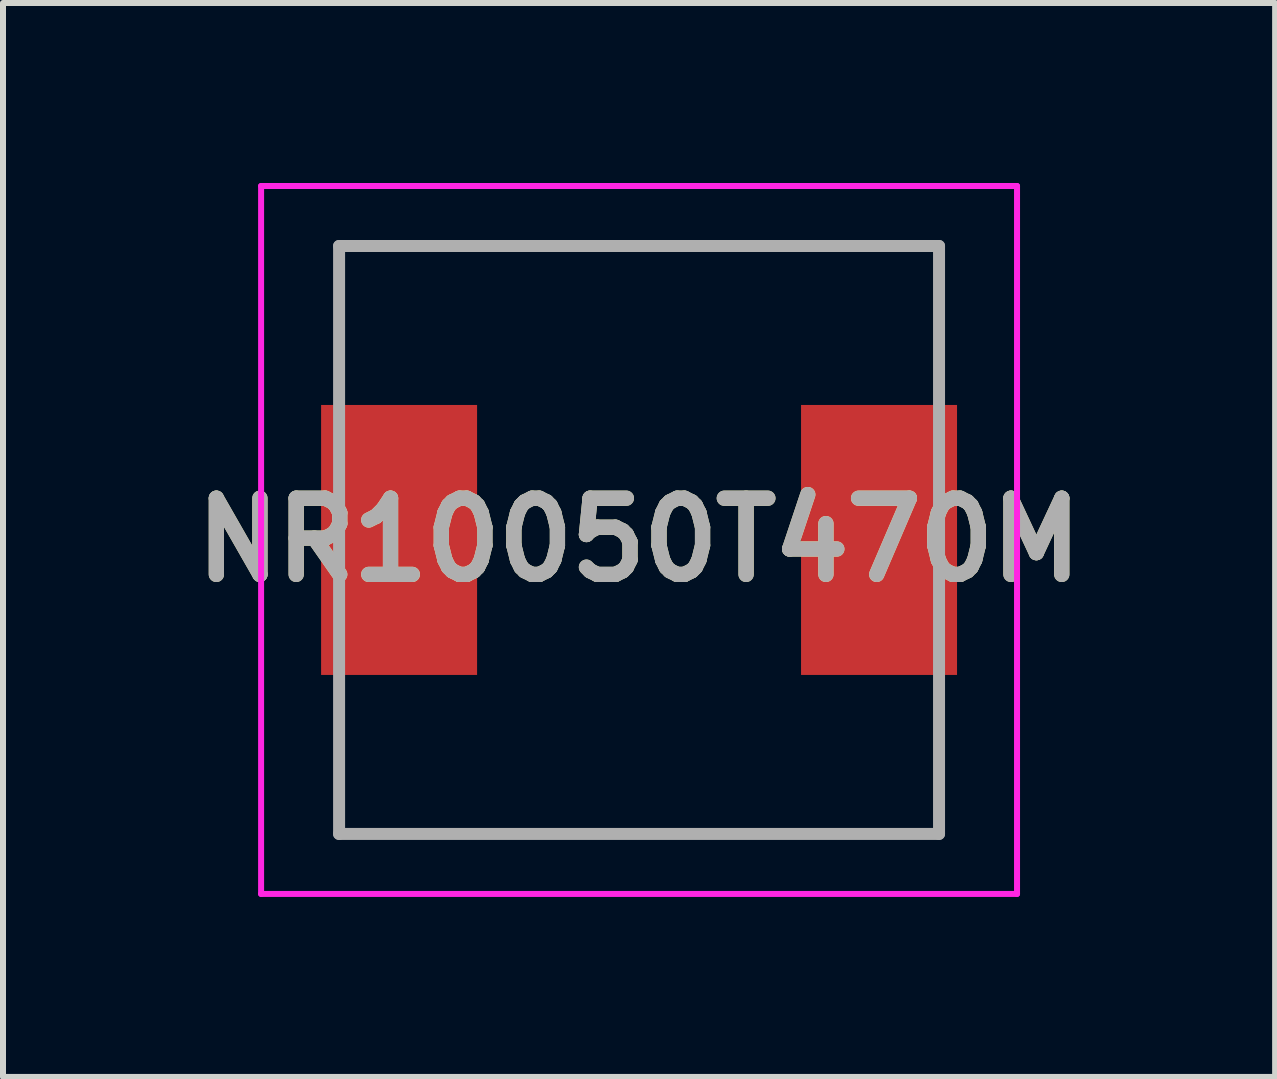
<source format=kicad_pcb>
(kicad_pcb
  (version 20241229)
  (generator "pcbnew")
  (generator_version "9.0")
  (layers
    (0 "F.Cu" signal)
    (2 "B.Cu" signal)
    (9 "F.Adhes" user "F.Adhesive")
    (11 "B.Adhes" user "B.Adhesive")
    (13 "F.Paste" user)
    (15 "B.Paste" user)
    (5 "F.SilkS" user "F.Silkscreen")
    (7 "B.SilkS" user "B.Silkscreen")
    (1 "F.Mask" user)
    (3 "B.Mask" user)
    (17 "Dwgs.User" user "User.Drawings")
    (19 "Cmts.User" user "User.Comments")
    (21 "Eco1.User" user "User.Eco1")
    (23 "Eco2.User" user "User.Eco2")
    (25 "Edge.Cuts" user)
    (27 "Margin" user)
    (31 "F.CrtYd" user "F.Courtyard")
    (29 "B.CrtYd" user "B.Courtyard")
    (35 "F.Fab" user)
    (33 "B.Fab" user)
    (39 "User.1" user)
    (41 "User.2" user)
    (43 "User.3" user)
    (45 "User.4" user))
  (footprint "NR10050T470M"
    (layer "F.Cu")
    (at 7.602 5.95)
    (property "Reference" "NR10050T470M" (at 0 0 0) (layer "F.SilkS") (effects (font (size 1.27 1.27) (thickness 0.254))))
    (attr smd)
    (fp_line (start -5 -4.9) (end 5 -4.9) (stroke (width 0.1) (type solid)) (layer "F.SilkS"))
    (fp_line (start -5 -2.6) (end -5 -4.9) (stroke (width 0.1) (type solid)) (layer "F.SilkS"))
    (fp_line (start -5 2.6) (end -5 4.9) (stroke (width 0.1) (type solid)) (layer "F.SilkS"))
    (fp_line (start -5 4.9) (end 5 4.9) (stroke (width 0.1) (type solid)) (layer "F.SilkS"))
    (fp_line (start 5 -4.9) (end 5 -2.6) (stroke (width 0.1) (type solid)) (layer "F.SilkS"))
    (fp_line (start 5 4.9) (end 5 2.6) (stroke (width 0.1) (type solid)) (layer "F.SilkS"))
    (fp_line (start -6.3 -5.9) (end 6.3 -5.9) (stroke (width 0.1) (type solid)) (layer "F.CrtYd"))
    (fp_line (start -6.3 5.9) (end -6.3 -5.9) (stroke (width 0.1) (type solid)) (layer "F.CrtYd"))
    (fp_line (start 6.3 -5.9) (end 6.3 5.9) (stroke (width 0.1) (type solid)) (layer "F.CrtYd"))
    (fp_line (start 6.3 5.9) (end -6.3 5.9) (stroke (width 0.1) (type solid)) (layer "F.CrtYd"))
    (fp_line (start -5 -4.9) (end 5 -4.9) (stroke (width 0.2) (type solid)) (layer "F.Fab"))
    (fp_line (start -5 4.9) (end -5 -4.9) (stroke (width 0.2) (type solid)) (layer "F.Fab"))
    (fp_line (start 5 -4.9) (end 5 4.9) (stroke (width 0.2) (type solid)) (layer "F.Fab"))
    (fp_line (start 5 4.9) (end -5 4.9) (stroke (width 0.2) (type solid)) (layer "F.Fab"))
    (fp_text user "${REFERENCE}" (at 0 0 0) (layer "F.Fab") (effects (font (size 1.27 1.27) (thickness 0.254))))
    (pad "1" smd rect (at -4 0) (size 2.6 4.5) (layers "F.Cu" "F.Mask" "F.Paste"))
    (pad "2" smd rect (at 4 0) (size 2.6 4.5) (layers "F.Cu" "F.Mask" "F.Paste")))
  (gr_rect
    (start -3 -3)
    (end 18.204 14.9)
    (stroke (width 0.1) (type default))
    (fill no)
    (layer "Edge.Cuts")))
</source>
